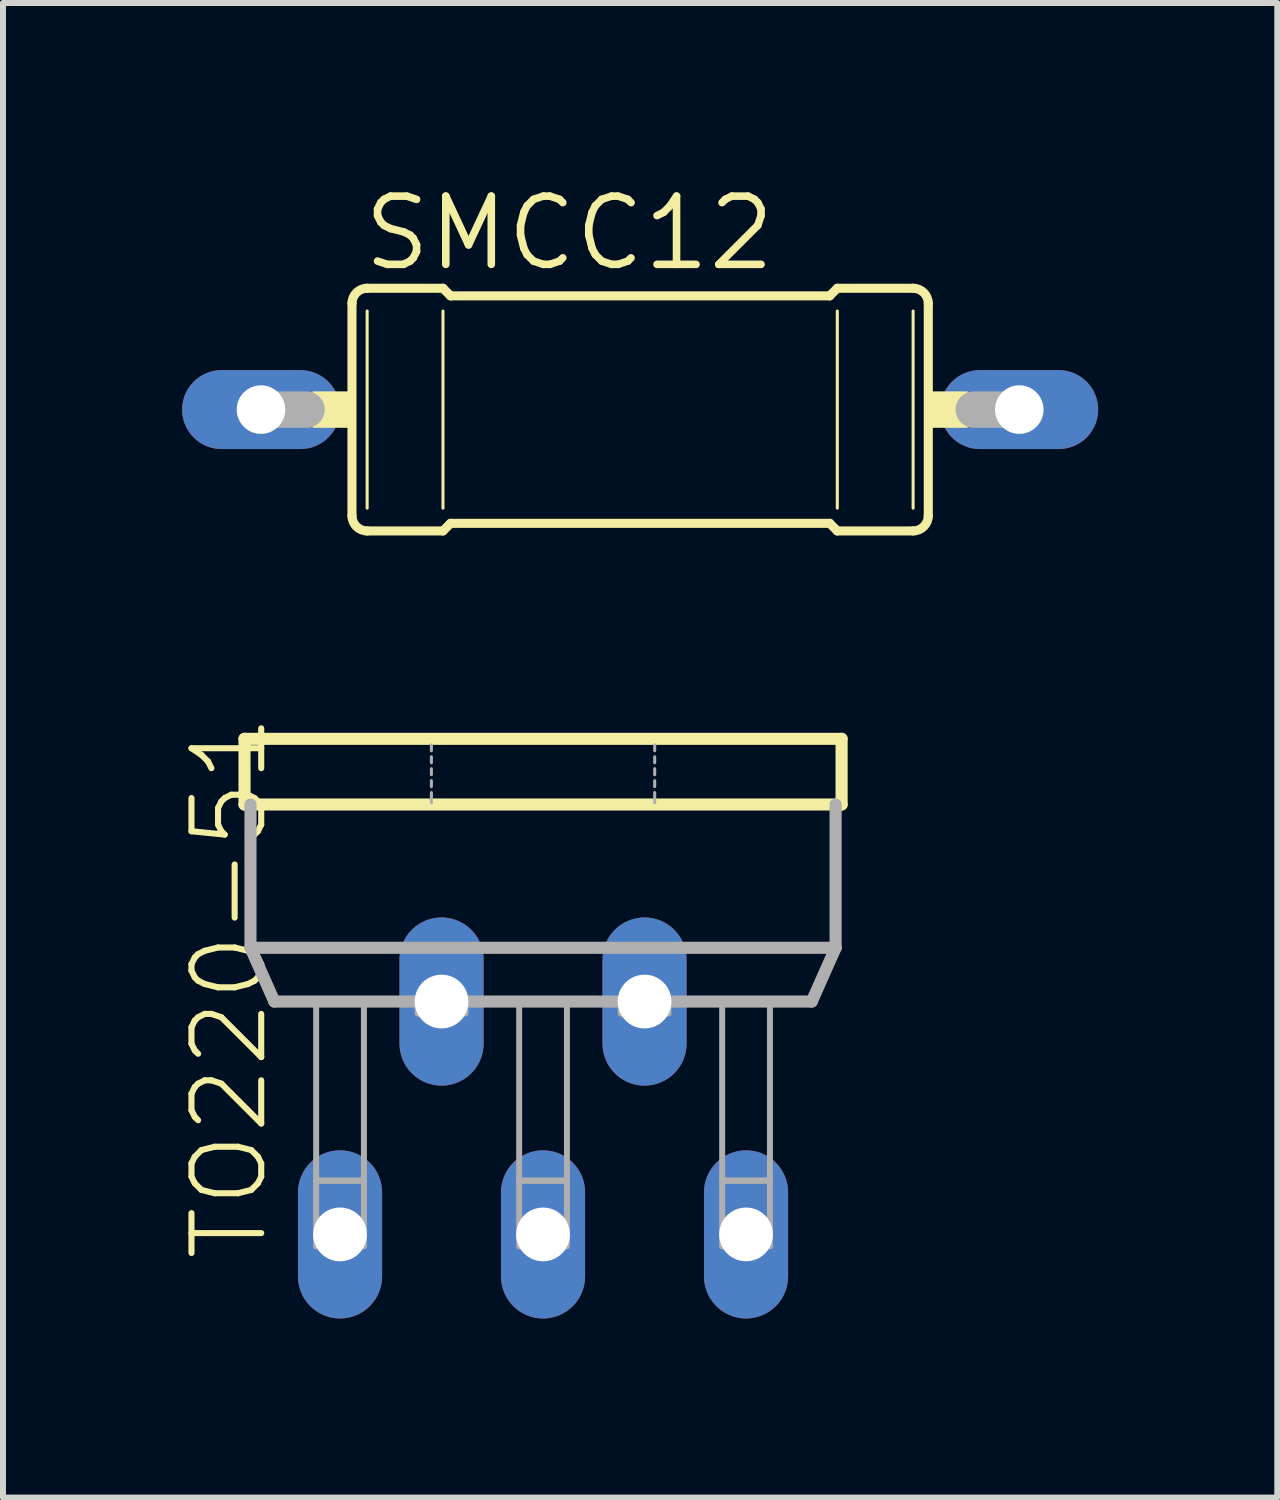
<source format=kicad_pcb>
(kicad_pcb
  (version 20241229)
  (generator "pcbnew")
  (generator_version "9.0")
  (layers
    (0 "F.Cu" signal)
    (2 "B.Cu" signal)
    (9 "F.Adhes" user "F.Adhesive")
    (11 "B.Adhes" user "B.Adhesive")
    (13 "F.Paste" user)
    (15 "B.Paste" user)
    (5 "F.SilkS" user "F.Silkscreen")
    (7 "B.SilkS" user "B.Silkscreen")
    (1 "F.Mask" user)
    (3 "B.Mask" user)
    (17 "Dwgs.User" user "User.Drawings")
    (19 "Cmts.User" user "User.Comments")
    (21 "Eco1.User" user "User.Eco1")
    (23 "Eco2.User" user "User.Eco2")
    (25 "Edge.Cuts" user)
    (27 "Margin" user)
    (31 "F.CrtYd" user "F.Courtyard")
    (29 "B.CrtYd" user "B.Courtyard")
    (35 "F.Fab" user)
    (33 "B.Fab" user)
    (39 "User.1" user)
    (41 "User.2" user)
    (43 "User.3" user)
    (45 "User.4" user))
  (footprint "SMCC12"
    (layer "F.Cu")
    (at 7.671 3.81)
    (property "Reference" "SMCC12" (at -4.699 -2.286 0) (layer "F.SilkS") (effects (font (size 1.143 1.143) (thickness 0.127)) (justify left bottom)))
    (fp_line (start -4.826 1.778) (end -4.826 -1.778) (stroke (width 0.152) (type solid)) (layer "F.SilkS"))
    (fp_line (start -4.572 -2.032) (end -3.302 -2.032) (stroke (width 0.152) (type solid)) (layer "F.SilkS"))
    (fp_line (start -4.572 -1.651) (end -4.572 1.651) (stroke (width 0.051) (type solid)) (layer "F.SilkS"))
    (fp_line (start -4.572 2.032) (end -3.302 2.032) (stroke (width 0.152) (type solid)) (layer "F.SilkS"))
    (fp_line (start -3.302 -1.651) (end -3.302 1.651) (stroke (width 0.051) (type solid)) (layer "F.SilkS"))
    (fp_line (start -3.175 -1.905) (end -3.302 -2.032) (stroke (width 0.152) (type solid)) (layer "F.SilkS"))
    (fp_line (start -3.175 1.905) (end -3.302 2.032) (stroke (width 0.152) (type solid)) (layer "F.SilkS"))
    (fp_line (start 3.175 -1.905) (end -3.175 -1.905) (stroke (width 0.152) (type solid)) (layer "F.SilkS"))
    (fp_line (start 3.175 -1.905) (end 3.302 -2.032) (stroke (width 0.152) (type solid)) (layer "F.SilkS"))
    (fp_line (start 3.175 1.905) (end -3.175 1.905) (stroke (width 0.152) (type solid)) (layer "F.SilkS"))
    (fp_line (start 3.175 1.905) (end 3.302 2.032) (stroke (width 0.152) (type solid)) (layer "F.SilkS"))
    (fp_line (start 3.302 -1.651) (end 3.302 1.651) (stroke (width 0.051) (type solid)) (layer "F.SilkS"))
    (fp_line (start 4.572 -2.032) (end 3.302 -2.032) (stroke (width 0.152) (type solid)) (layer "F.SilkS"))
    (fp_line (start 4.572 -1.651) (end 4.572 1.651) (stroke (width 0.051) (type solid)) (layer "F.SilkS"))
    (fp_line (start 4.572 2.032) (end 3.302 2.032) (stroke (width 0.152) (type solid)) (layer "F.SilkS"))
    (fp_line (start 4.826 1.778) (end 4.826 -1.778) (stroke (width 0.152) (type solid)) (layer "F.SilkS"))
    (fp_arc (start -4.826 -1.778) (mid -4.751605 -1.957605) (end -4.572 -2.032) (stroke (width 0.1524) (type solid)) (layer "F.SilkS"))
    (fp_arc (start -4.572 2.032) (mid -4.751605 1.957605) (end -4.826 1.778) (stroke (width 0.1524) (type solid)) (layer "F.SilkS"))
    (fp_arc (start 4.572 -2.032) (mid 4.751605 -1.957605) (end 4.826 -1.778) (stroke (width 0.1524) (type solid)) (layer "F.SilkS"))
    (fp_arc (start 4.826 1.778) (mid 4.751605 1.957605) (end 4.572 2.032) (stroke (width 0.1524) (type solid)) (layer "F.SilkS"))
    (fp_poly (pts (xy -5.486 0.305) (xy -4.826 0.305) (xy -4.826 -0.305) (xy -5.486 -0.305)) (stroke (width 0) (type default)) (fill yes) (layer "F.SilkS"))
    (fp_poly (pts (xy 4.826 0.305) (xy 5.486 0.305) (xy 5.486 -0.305) (xy 4.826 -0.305)) (stroke (width 0) (type default)) (fill yes) (layer "F.SilkS"))
    (fp_line (start -6.35 0) (end -5.588 0) (stroke (width 0.61) (type solid)) (layer "F.Fab"))
    (fp_line (start 6.35 0) (end 5.588 0) (stroke (width 0.61) (type solid)) (layer "F.Fab"))
    (pad "1" thru_hole oval (at -6.35 0) (size 2.642 1.321) (drill 0.813) (layers "*.Cu" "*.Mask"))
    (pad "2" thru_hole oval (at 6.35 0) (size 2.642 1.321) (drill 0.813) (layers "*.Cu" "*.Mask")))
  (footprint "TO220-51"
    (layer "F.Cu")
    (at 6.045 9.224)
    (property "Reference" "TO220-51" (at -4.572 8.89 90) (layer "F.SilkS") (effects (font (size 1.168 1.168) (thickness 0.102)) (justify left bottom)))
    (fp_line (start -5 0.1) (end -5 1.2) (stroke (width 0.203) (type solid)) (layer "F.SilkS"))
    (fp_line (start -5 1.2) (end 5 1.2) (stroke (width 0.203) (type solid)) (layer "F.SilkS"))
    (fp_line (start 5 0.1) (end -5 0.1) (stroke (width 0.203) (type solid)) (layer "F.SilkS"))
    (fp_line (start 5 1.2) (end 5 0.1) (stroke (width 0.203) (type solid)) (layer "F.SilkS"))
    (fp_line (start -4.9 1.2) (end -4.9 3.6) (stroke (width 0.203) (type solid)) (layer "F.Fab"))
    (fp_line (start -4.9 3.6) (end -4.5 4.5) (stroke (width 0.203) (type solid)) (layer "F.Fab"))
    (fp_line (start -4.9 3.6) (end 4.9 3.6) (stroke (width 0.203) (type solid)) (layer "F.Fab"))
    (fp_line (start -4.5 4.5) (end 4.5 4.5) (stroke (width 0.203) (type solid)) (layer "F.Fab"))
    (fp_line (start -1.87 0.2) (end -1.87 0.3) (stroke (width 0.051) (type solid)) (layer "F.Fab"))
    (fp_line (start -1.87 0.4) (end -1.87 0.5) (stroke (width 0.051) (type solid)) (layer "F.Fab"))
    (fp_line (start -1.87 0.6) (end -1.87 0.7) (stroke (width 0.051) (type solid)) (layer "F.Fab"))
    (fp_line (start -1.87 0.8) (end -1.87 0.9) (stroke (width 0.051) (type solid)) (layer "F.Fab"))
    (fp_line (start -1.87 1) (end -1.87 1.17) (stroke (width 0.051) (type solid)) (layer "F.Fab"))
    (fp_line (start 1.87 0.3) (end 1.87 0.2) (stroke (width 0.051) (type solid)) (layer "F.Fab"))
    (fp_line (start 1.87 0.5) (end 1.87 0.4) (stroke (width 0.051) (type solid)) (layer "F.Fab"))
    (fp_line (start 1.87 0.7) (end 1.87 0.6) (stroke (width 0.051) (type solid)) (layer "F.Fab"))
    (fp_line (start 1.87 0.9) (end 1.87 0.8) (stroke (width 0.051) (type solid)) (layer "F.Fab"))
    (fp_line (start 1.87 1.17) (end 1.87 1) (stroke (width 0.051) (type solid)) (layer "F.Fab"))
    (fp_line (start 4.5 4.5) (end 4.9 3.6) (stroke (width 0.203) (type solid)) (layer "F.Fab"))
    (fp_line (start 4.9 3.6) (end 4.9 1.2) (stroke (width 0.203) (type solid)) (layer "F.Fab"))
    (fp_poly (pts (xy -3.8 7.5) (xy -3 7.5) (xy -3 4.5) (xy -3.8 4.5)) (stroke (width 0.1) (type default)) (fill no) (layer "F.Fab"))
    (fp_poly (pts (xy -3.8 8.6) (xy -3 8.6) (xy -3 7.5) (xy -3.8 7.5)) (stroke (width 0.1) (type default)) (fill no) (layer "F.Fab"))
    (fp_poly (pts (xy -2.1 4.7) (xy -1.3 4.7) (xy -1.3 4.5) (xy -2.1 4.5)) (stroke (width 0.1) (type default)) (fill no) (layer "F.Fab"))
    (fp_poly (pts (xy -0.4 7.5) (xy 0.4 7.5) (xy 0.4 4.5) (xy -0.4 4.5)) (stroke (width 0.1) (type default)) (fill no) (layer "F.Fab"))
    (fp_poly (pts (xy -0.4 8.6) (xy 0.4 8.6) (xy 0.4 7.5) (xy -0.4 7.5)) (stroke (width 0.1) (type default)) (fill no) (layer "F.Fab"))
    (fp_poly (pts (xy 1.3 4.7) (xy 2.1 4.7) (xy 2.1 4.5) (xy 1.3 4.5)) (stroke (width 0.1) (type default)) (fill no) (layer "F.Fab"))
    (fp_poly (pts (xy 3 7.5) (xy 3.8 7.5) (xy 3.8 4.5) (xy 3 4.5)) (stroke (width 0.1) (type default)) (fill no) (layer "F.Fab"))
    (fp_poly (pts (xy 3 8.6) (xy 3.8 8.6) (xy 3.8 7.5) (xy 3 7.5)) (stroke (width 0.1) (type default)) (fill no) (layer "F.Fab"))
    (pad "1" thru_hole oval (at -3.4 8.4 90) (size 2.816 1.408) (drill 0.9) (layers "*.Cu" "*.Mask"))
    (pad "2" thru_hole oval (at -1.7 4.5 90) (size 2.816 1.408) (drill 0.9) (layers "*.Cu" "*.Mask"))
    (pad "3" thru_hole oval (at 0 8.4 90) (size 2.816 1.408) (drill 0.9) (layers "*.Cu" "*.Mask"))
    (pad "4" thru_hole oval (at 1.7 4.5 90) (size 2.816 1.408) (drill 0.9) (layers "*.Cu" "*.Mask"))
    (pad "5" thru_hole oval (at 3.4 8.4 90) (size 2.816 1.408) (drill 0.9) (layers "*.Cu" "*.Mask")))
  (gr_rect
    (start -3 -3)
    (end 18.342 22.032)
    (stroke (width 0.1) (type default))
    (fill no)
    (layer "Edge.Cuts")))
</source>
